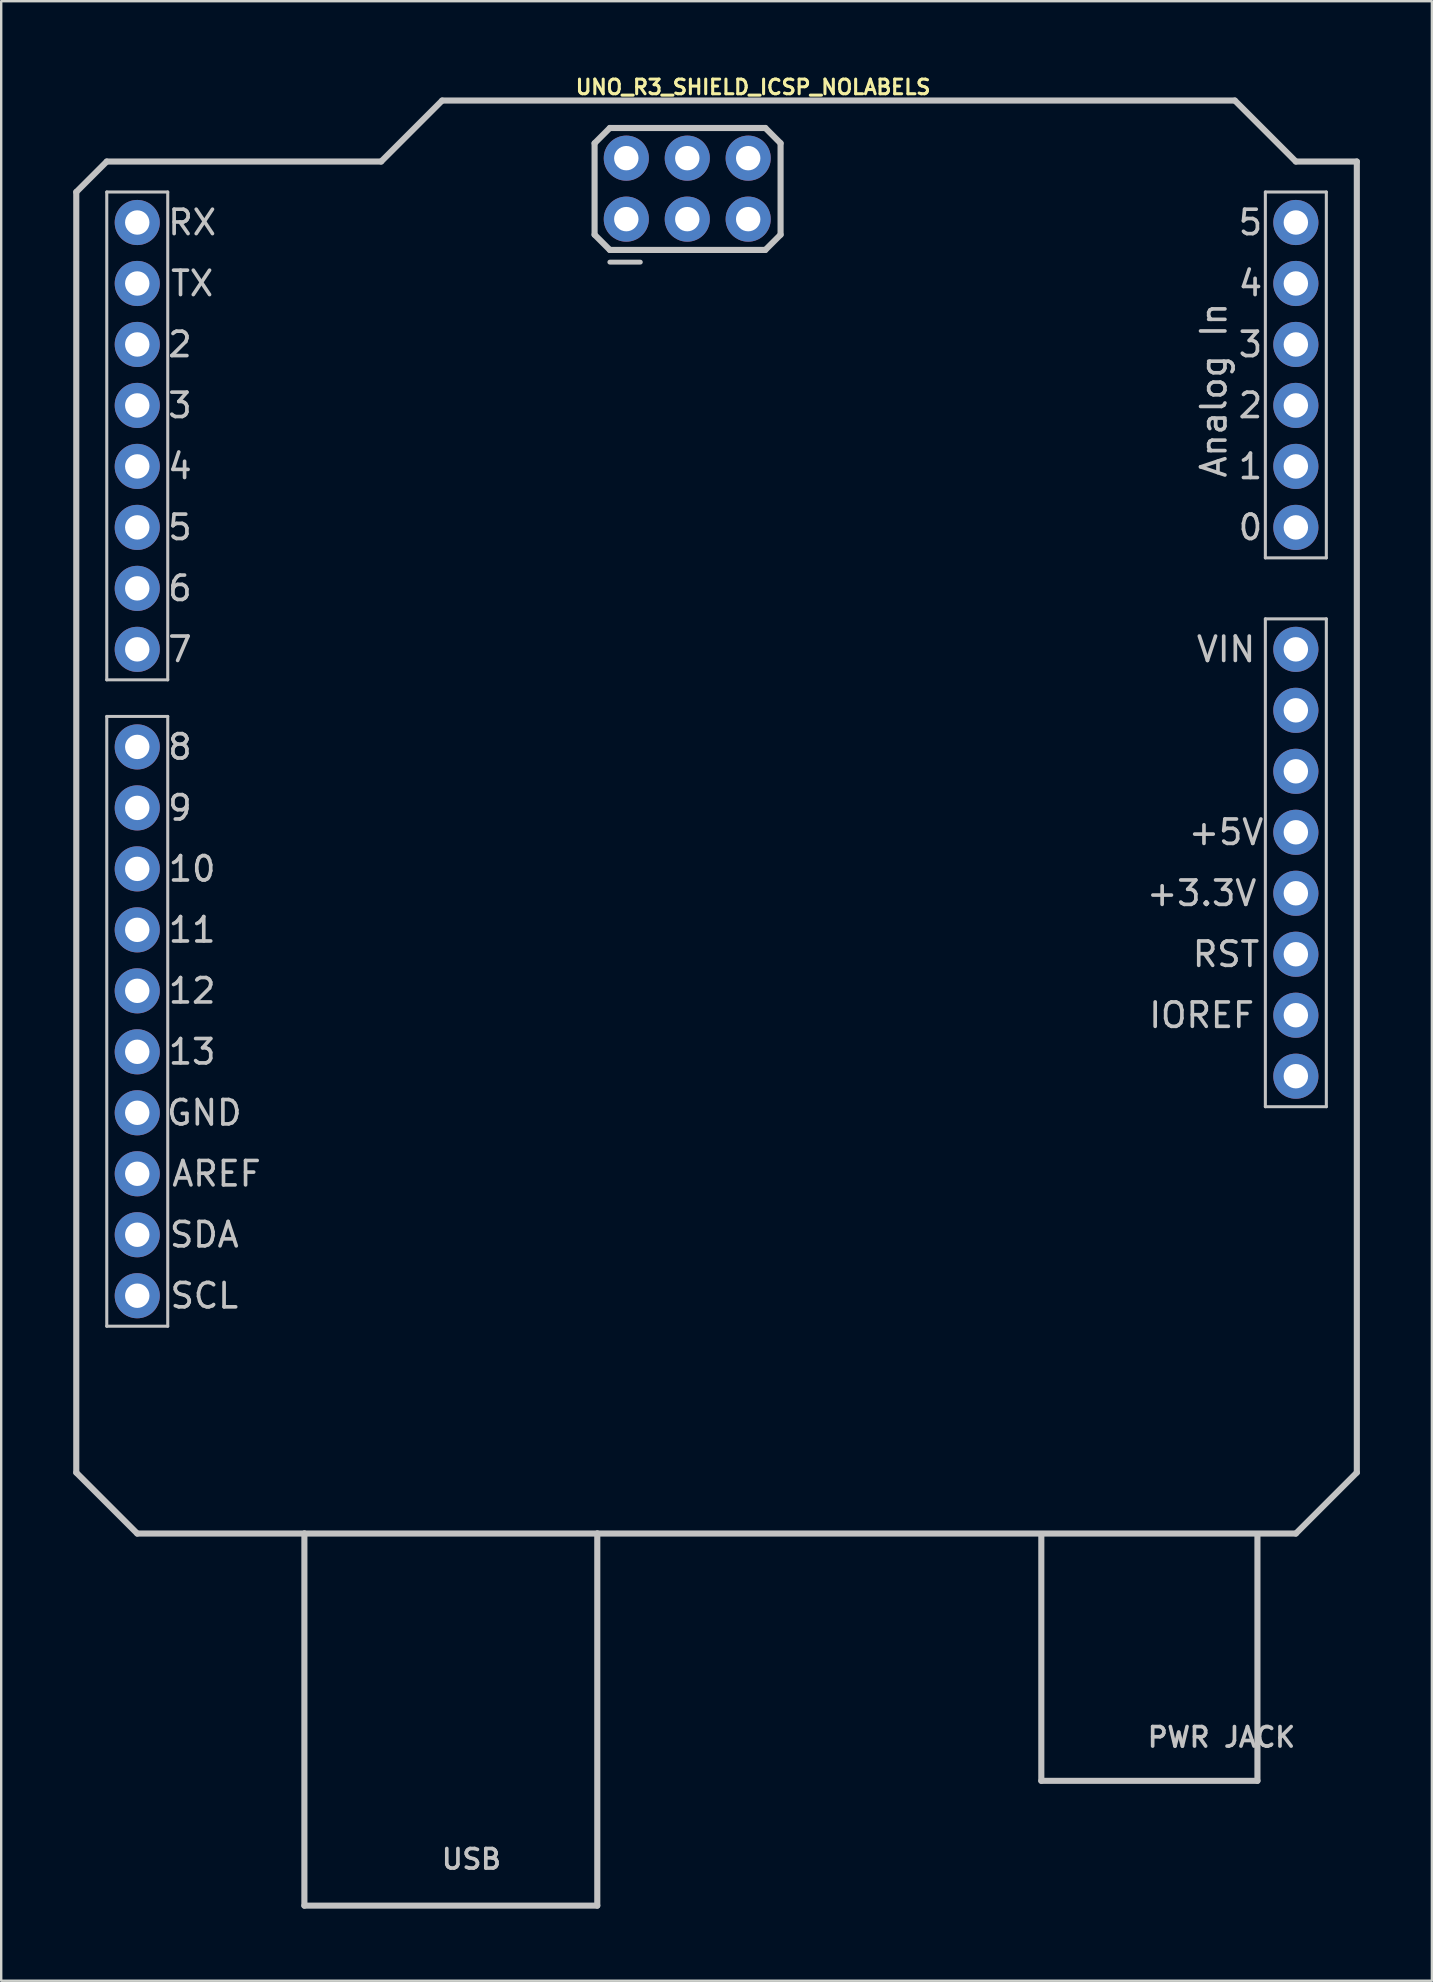
<source format=kicad_pcb>
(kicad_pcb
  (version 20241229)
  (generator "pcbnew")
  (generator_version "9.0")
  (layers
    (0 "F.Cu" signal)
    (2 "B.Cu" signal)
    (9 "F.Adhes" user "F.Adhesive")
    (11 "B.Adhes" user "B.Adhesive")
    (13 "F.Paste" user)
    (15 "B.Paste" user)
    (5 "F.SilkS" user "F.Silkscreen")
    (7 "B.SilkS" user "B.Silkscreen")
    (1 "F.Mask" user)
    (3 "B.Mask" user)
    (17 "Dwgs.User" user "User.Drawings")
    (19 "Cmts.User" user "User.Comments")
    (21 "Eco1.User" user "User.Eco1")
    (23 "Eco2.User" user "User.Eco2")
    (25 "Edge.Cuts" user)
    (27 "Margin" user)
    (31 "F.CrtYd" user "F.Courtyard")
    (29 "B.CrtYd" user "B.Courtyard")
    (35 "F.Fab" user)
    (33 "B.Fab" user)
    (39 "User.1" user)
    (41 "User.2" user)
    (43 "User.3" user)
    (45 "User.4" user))
  (footprint "UNO_R3_SHIELD_ICSP_NOLABELS"
    (layer "F.Cu")
    (at 26.797 30.348)
    (property "Reference" "UNO_R3_SHIELD_ICSP_NOLABELS" (at 1.524 -29.769 0) (layer "F.SilkS") (effects (font (size 0.61 0.61) (thickness 0.127))))
    (attr exclude_from_pos_files exclude_from_bom)
    (fp_line (start -26.67 -25.4) (end -26.67 27.94) (stroke (width 0.254) (type solid)) (layer "Dwgs.User"))
    (fp_line (start -26.67 27.94) (end -24.13 30.48) (stroke (width 0.254) (type solid)) (layer "Dwgs.User"))
    (fp_line (start -25.4 -26.67) (end -26.67 -25.4) (stroke (width 0.254) (type solid)) (layer "Dwgs.User"))
    (fp_line (start -25.4 -25.4) (end -22.86 -25.4) (stroke (width 0.127) (type solid)) (layer "Dwgs.User"))
    (fp_line (start -25.4 -5.08) (end -25.4 -25.4) (stroke (width 0.127) (type solid)) (layer "Dwgs.User"))
    (fp_line (start -25.4 -3.556) (end -22.86 -3.556) (stroke (width 0.127) (type solid)) (layer "Dwgs.User"))
    (fp_line (start -25.4 21.844) (end -25.4 -3.556) (stroke (width 0.127) (type solid)) (layer "Dwgs.User"))
    (fp_line (start -24.13 30.48) (end -17.168 30.48) (stroke (width 0.254) (type solid)) (layer "Dwgs.User"))
    (fp_line (start -22.86 -25.4) (end -22.86 -5.08) (stroke (width 0.127) (type solid)) (layer "Dwgs.User"))
    (fp_line (start -22.86 -5.08) (end -25.4 -5.08) (stroke (width 0.127) (type solid)) (layer "Dwgs.User"))
    (fp_line (start -22.86 -3.556) (end -22.86 21.844) (stroke (width 0.127) (type solid)) (layer "Dwgs.User"))
    (fp_line (start -22.86 21.844) (end -25.4 21.844) (stroke (width 0.127) (type solid)) (layer "Dwgs.User"))
    (fp_line (start -17.168 30.48) (end -4.968 30.48) (stroke (width 0.254) (type solid)) (layer "Dwgs.User"))
    (fp_line (start -17.168 45.979) (end -17.168 30.48) (stroke (width 0.254) (type solid)) (layer "Dwgs.User"))
    (fp_line (start -17.168 45.979) (end -4.968 45.979) (stroke (width 0.254) (type solid)) (layer "Dwgs.User"))
    (fp_line (start -13.97 -26.67) (end -25.4 -26.67) (stroke (width 0.254) (type solid)) (layer "Dwgs.User"))
    (fp_line (start -11.43 -29.21) (end -13.97 -26.67) (stroke (width 0.254) (type solid)) (layer "Dwgs.User"))
    (fp_line (start -5.08 -27.432) (end -4.445 -28.067) (stroke (width 0.254) (type solid)) (layer "Dwgs.User"))
    (fp_line (start -5.08 -23.622) (end -5.08 -27.432) (stroke (width 0.254) (type solid)) (layer "Dwgs.User"))
    (fp_line (start -4.968 30.48) (end 24.13 30.48) (stroke (width 0.254) (type solid)) (layer "Dwgs.User"))
    (fp_line (start -4.968 45.979) (end -4.968 30.48) (stroke (width 0.254) (type solid)) (layer "Dwgs.User"))
    (fp_line (start -4.445 -28.067) (end 2.032 -28.067) (stroke (width 0.254) (type solid)) (layer "Dwgs.User"))
    (fp_line (start -4.445 -22.987) (end -5.08 -23.622) (stroke (width 0.254) (type solid)) (layer "Dwgs.User"))
    (fp_line (start -3.175 -22.479) (end -4.445 -22.479) (stroke (width 0.203) (type solid)) (layer "Dwgs.User"))
    (fp_line (start 2.032 -28.067) (end 2.667 -27.432) (stroke (width 0.254) (type solid)) (layer "Dwgs.User"))
    (fp_line (start 2.032 -22.987) (end -4.445 -22.987) (stroke (width 0.254) (type solid)) (layer "Dwgs.User"))
    (fp_line (start 2.667 -27.432) (end 2.667 -23.622) (stroke (width 0.254) (type solid)) (layer "Dwgs.User"))
    (fp_line (start 2.667 -23.622) (end 2.032 -22.987) (stroke (width 0.254) (type solid)) (layer "Dwgs.User"))
    (fp_line (start 13.528 40.78) (end 13.528 30.579) (stroke (width 0.254) (type solid)) (layer "Dwgs.User"))
    (fp_line (start 13.528 40.78) (end 22.53 40.78) (stroke (width 0.254) (type solid)) (layer "Dwgs.User"))
    (fp_line (start 21.59 -29.21) (end -11.43 -29.21) (stroke (width 0.254) (type solid)) (layer "Dwgs.User"))
    (fp_line (start 22.53 40.78) (end 22.53 30.579) (stroke (width 0.254) (type solid)) (layer "Dwgs.User"))
    (fp_line (start 22.86 -25.4) (end 25.4 -25.4) (stroke (width 0.127) (type solid)) (layer "Dwgs.User"))
    (fp_line (start 22.86 -10.16) (end 22.86 -25.4) (stroke (width 0.127) (type solid)) (layer "Dwgs.User"))
    (fp_line (start 22.86 -7.62) (end 22.86 12.7) (stroke (width 0.127) (type solid)) (layer "Dwgs.User"))
    (fp_line (start 22.86 12.7) (end 25.4 12.7) (stroke (width 0.127) (type solid)) (layer "Dwgs.User"))
    (fp_line (start 24.13 -26.67) (end 21.59 -29.21) (stroke (width 0.254) (type solid)) (layer "Dwgs.User"))
    (fp_line (start 24.13 30.48) (end 26.67 27.94) (stroke (width 0.254) (type solid)) (layer "Dwgs.User"))
    (fp_line (start 25.4 -25.4) (end 25.4 -10.16) (stroke (width 0.127) (type solid)) (layer "Dwgs.User"))
    (fp_line (start 25.4 -10.16) (end 22.86 -10.16) (stroke (width 0.127) (type solid)) (layer "Dwgs.User"))
    (fp_line (start 25.4 -7.62) (end 22.86 -7.62) (stroke (width 0.127) (type solid)) (layer "Dwgs.User"))
    (fp_line (start 25.4 12.7) (end 25.4 -7.62) (stroke (width 0.127) (type solid)) (layer "Dwgs.User"))
    (fp_line (start 26.67 -26.67) (end 24.13 -26.67) (stroke (width 0.254) (type solid)) (layer "Dwgs.User"))
    (fp_line (start 26.67 27.94) (end 26.67 -26.67) (stroke (width 0.254) (type solid)) (layer "Dwgs.User"))
    (fp_text user "6" (at -22.352 -8.89 0) (layer "Dwgs.User") (effects (font (size 1.016 1.016) (thickness 0.152))))
    (fp_text user "4" (at 22.238 -21.59 180) (layer "Dwgs.User") (effects (font (size 1.016 1.016) (thickness 0.152))))
    (fp_text user "2" (at -22.352 -19.05 0) (layer "Dwgs.User") (effects (font (size 1.016 1.016) (thickness 0.152))))
    (fp_text user "IOREF" (at 20.206 8.89 180) (layer "Dwgs.User") (effects (font (size 1.016 1.016) (thickness 0.152))))
    (fp_text user "GND" (at -21.336 12.954 0) (layer "Dwgs.User") (effects (font (size 1.016 1.016) (thickness 0.152))))
    (fp_text user "8" (at -22.352 -2.286 0) (layer "Dwgs.User") (effects (font (size 1.016 1.016) (thickness 0.152))))
    (fp_text user "9" (at -22.352 0.254 0) (layer "Dwgs.User") (effects (font (size 1.016 1.016) (thickness 0.152))))
    (fp_text user "VIN" (at 21.222 -6.35 180) (layer "Dwgs.User") (effects (font (size 1.016 1.016) (thickness 0.152))))
    (fp_text user "2" (at 22.238 -16.51 180) (layer "Dwgs.User") (effects (font (size 1.016 1.016) (thickness 0.152))))
    (fp_text user "USB" (at -10.211 44.044 0) (layer "Dwgs.User") (effects (font (size 0.813 0.813) (thickness 0.152))))
    (fp_text user "Analog In" (at 20.714 -17.145 270) (layer "Dwgs.User") (effects (font (size 1.016 1.016) (thickness 0.152))))
    (fp_text user "SDA" (at -21.336 18.034 0) (layer "Dwgs.User") (effects (font (size 1.016 1.016) (thickness 0.152))))
    (fp_text user "3" (at -22.352 -16.51 0) (layer "Dwgs.User") (effects (font (size 1.016 1.016) (thickness 0.152))))
    (fp_text user "+3.3V" (at 20.206 3.81 180) (layer "Dwgs.User") (effects (font (size 1.016 1.016) (thickness 0.152))))
    (fp_text user "PWR JACK" (at 21.031 38.964 0) (layer "Dwgs.User") (effects (font (size 0.813 0.813) (thickness 0.152))))
    (fp_text user "5" (at -22.352 -11.43 0) (layer "Dwgs.User") (effects (font (size 1.016 1.016) (thickness 0.152))))
    (fp_text user "0" (at 22.238 -11.43 180) (layer "Dwgs.User") (effects (font (size 1.016 1.016) (thickness 0.152))))
    (fp_text user "11" (at -21.844 5.334 0) (layer "Dwgs.User") (effects (font (size 1.016 1.016) (thickness 0.152))))
    (fp_text user "+5V" (at 21.222 1.27 180) (layer "Dwgs.User") (effects (font (size 1.016 1.016) (thickness 0.152))))
    (fp_text user "10" (at -21.844 2.794 0) (layer "Dwgs.User") (effects (font (size 1.016 1.016) (thickness 0.152))))
    (fp_text user "4" (at -22.352 -13.97 0) (layer "Dwgs.User") (effects (font (size 1.016 1.016) (thickness 0.152))))
    (fp_text user "SCL" (at -21.336 20.574 0) (layer "Dwgs.User") (effects (font (size 1.016 1.016) (thickness 0.152))))
    (fp_text user "TX" (at -21.844 -21.59 0) (layer "Dwgs.User") (effects (font (size 1.016 1.016) (thickness 0.152))))
    (fp_text user "RST" (at 21.222 6.35 180) (layer "Dwgs.User") (effects (font (size 1.016 1.016) (thickness 0.152))))
    (fp_text user "3" (at 22.238 -19.05 180) (layer "Dwgs.User") (effects (font (size 1.016 1.016) (thickness 0.152))))
    (fp_text user "5" (at 22.238 -24.13 180) (layer "Dwgs.User") (effects (font (size 1.016 1.016) (thickness 0.152))))
    (fp_text user "7" (at -22.352 -6.35 0) (layer "Dwgs.User") (effects (font (size 1.016 1.016) (thickness 0.152))))
    (fp_text user "1" (at 22.238 -13.97 180) (layer "Dwgs.User") (effects (font (size 1.016 1.016) (thickness 0.152))))
    (fp_text user "RX" (at -21.844 -24.13 0) (layer "Dwgs.User") (effects (font (size 1.016 1.016) (thickness 0.152))))
    (fp_text user "AREF" (at -20.828 15.494 0) (layer "Dwgs.User") (effects (font (size 1.016 1.016) (thickness 0.152))))
    (fp_text user "12" (at -21.844 7.874 0) (layer "Dwgs.User") (effects (font (size 1.016 1.016) (thickness 0.152))))
    (fp_text user "13" (at -21.844 10.414 0) (layer "Dwgs.User") (effects (font (size 1.016 1.016) (thickness 0.152))))
    (pad "3.3V" thru_hole circle (at 24.13 3.81) (size 1.88 1.88) (drill 1.016) (layers "*.Cu" "*.Paste" "*.Mask"))
    (pad "5V" thru_hole circle (at 24.13 1.27) (size 1.88 1.88) (drill 1.016) (layers "*.Cu" "*.Paste" "*.Mask"))
    (pad "5V_I" thru_hole circle (at -3.759 -26.81) (size 1.88 1.88) (drill 1.016) (layers "*.Cu" "*.Paste" "*.Mask"))
    (pad "A0" thru_hole circle (at 24.13 -11.43) (size 1.88 1.88) (drill 1.016) (layers "*.Cu" "*.Paste" "*.Mask"))
    (pad "A1" thru_hole circle (at 24.13 -13.97) (size 1.88 1.88) (drill 1.016) (layers "*.Cu" "*.Paste" "*.Mask"))
    (pad "A2" thru_hole circle (at 24.13 -16.51) (size 1.88 1.88) (drill 1.016) (layers "*.Cu" "*.Paste" "*.Mask"))
    (pad "A3" thru_hole circle (at 24.13 -19.05) (size 1.88 1.88) (drill 1.016) (layers "*.Cu" "*.Paste" "*.Mask"))
    (pad "A4" thru_hole circle (at 24.13 -21.59) (size 1.88 1.88) (drill 1.016) (layers "*.Cu" "*.Paste" "*.Mask"))
    (pad "A5" thru_hole circle (at 24.13 -24.13) (size 1.88 1.88) (drill 1.016) (layers "*.Cu" "*.Paste" "*.Mask"))
    (pad "AREF" thru_hole circle (at -24.13 15.494) (size 1.88 1.88) (drill 1.016) (layers "*.Cu" "*.Paste" "*.Mask"))
    (pad "D2" thru_hole circle (at -24.13 -19.05) (size 1.88 1.88) (drill 1.016) (layers "*.Cu" "*.Paste" "*.Mask"))
    (pad "D3" thru_hole circle (at -24.13 -16.51) (size 1.88 1.88) (drill 1.016) (layers "*.Cu" "*.Paste" "*.Mask"))
    (pad "D4" thru_hole circle (at -24.13 -13.97) (size 1.88 1.88) (drill 1.016) (layers "*.Cu" "*.Paste" "*.Mask"))
    (pad "D5" thru_hole circle (at -24.13 -11.43) (size 1.88 1.88) (drill 1.016) (layers "*.Cu" "*.Paste" "*.Mask"))
    (pad "D6" thru_hole circle (at -24.13 -8.89) (size 1.88 1.88) (drill 1.016) (layers "*.Cu" "*.Paste" "*.Mask"))
    (pad "D7" thru_hole circle (at -24.13 -6.35) (size 1.88 1.88) (drill 1.016) (layers "*.Cu" "*.Paste" "*.Mask"))
    (pad "D8" thru_hole circle (at -24.13 -2.286) (size 1.88 1.88) (drill 1.016) (layers "*.Cu" "*.Paste" "*.Mask"))
    (pad "D9" thru_hole circle (at -24.13 0.254) (size 1.88 1.88) (drill 1.016) (layers "*.Cu" "*.Paste" "*.Mask"))
    (pad "D10" thru_hole circle (at -24.13 2.794) (size 1.88 1.88) (drill 1.016) (layers "*.Cu" "*.Paste" "*.Mask"))
    (pad "D11" thru_hole circle (at -24.13 5.334) (size 1.88 1.88) (drill 1.016) (layers "*.Cu" "*.Paste" "*.Mask"))
    (pad "D12" thru_hole circle (at -24.13 7.874) (size 1.88 1.88) (drill 1.016) (layers "*.Cu" "*.Paste" "*.Mask"))
    (pad "D13" thru_hole circle (at -24.13 10.414) (size 1.88 1.88) (drill 1.016) (layers "*.Cu" "*.Paste" "*.Mask"))
    (pad "GND@" thru_hole circle (at -24.13 12.954) (size 1.88 1.88) (drill 1.016) (layers "*.Cu" "*.Paste" "*.Mask"))
    (pad "GND@" thru_hole circle (at 24.13 -3.81) (size 1.88 1.88) (drill 1.016) (layers "*.Cu" "*.Paste" "*.Mask"))
    (pad "GND@" thru_hole circle (at 24.13 -1.27) (size 1.88 1.88) (drill 1.016) (layers "*.Cu" "*.Paste" "*.Mask"))
    (pad "GND_" thru_hole circle (at 1.318 -26.81) (size 1.88 1.88) (drill 1.016) (layers "*.Cu" "*.Paste" "*.Mask"))
    (pad "IORE" thru_hole circle (at 24.13 8.89) (size 1.88 1.88) (drill 1.016) (layers "*.Cu" "*.Paste" "*.Mask"))
    (pad "MISO" thru_hole circle (at -3.759 -24.27) (size 1.88 1.88) (drill 1.016) (layers "*.Cu" "*.Paste" "*.Mask"))
    (pad "MOSI" thru_hole circle (at -1.219 -26.81) (size 1.88 1.88) (drill 1.016) (layers "*.Cu" "*.Paste" "*.Mask"))
    (pad "NC" thru_hole circle (at 24.13 11.43) (size 1.88 1.88) (drill 1.016) (layers "*.Cu" "*.Paste" "*.Mask"))
    (pad "RES" thru_hole circle (at 24.13 6.35) (size 1.88 1.88) (drill 1.016) (layers "*.Cu" "*.Paste" "*.Mask"))
    (pad "RST_" thru_hole circle (at 1.318 -24.27) (size 1.88 1.88) (drill 1.016) (layers "*.Cu" "*.Paste" "*.Mask"))
    (pad "RX" thru_hole circle (at -24.13 -24.13) (size 1.88 1.88) (drill 1.016) (layers "*.Cu" "*.Paste" "*.Mask"))
    (pad "SCK" thru_hole circle (at -1.219 -24.27) (size 1.88 1.88) (drill 1.016) (layers "*.Cu" "*.Paste" "*.Mask"))
    (pad "SCL" thru_hole circle (at -24.13 20.574) (size 1.88 1.88) (drill 1.016) (layers "*.Cu" "*.Paste" "*.Mask"))
    (pad "SDA" thru_hole circle (at -24.13 18.034) (size 1.88 1.88) (drill 1.016) (layers "*.Cu" "*.Paste" "*.Mask"))
    (pad "TX" thru_hole circle (at -24.13 -21.59) (size 1.88 1.88) (drill 1.016) (layers "*.Cu" "*.Paste" "*.Mask"))
    (pad "VIN" thru_hole circle (at 24.13 -6.35) (size 1.88 1.88) (drill 1.016) (layers "*.Cu" "*.Paste" "*.Mask")))
  (gr_rect
    (start -3 -3)
    (end 56.594 79.454)
    (stroke (width 0.1) (type default))
    (fill no)
    (layer "Edge.Cuts")))
</source>
